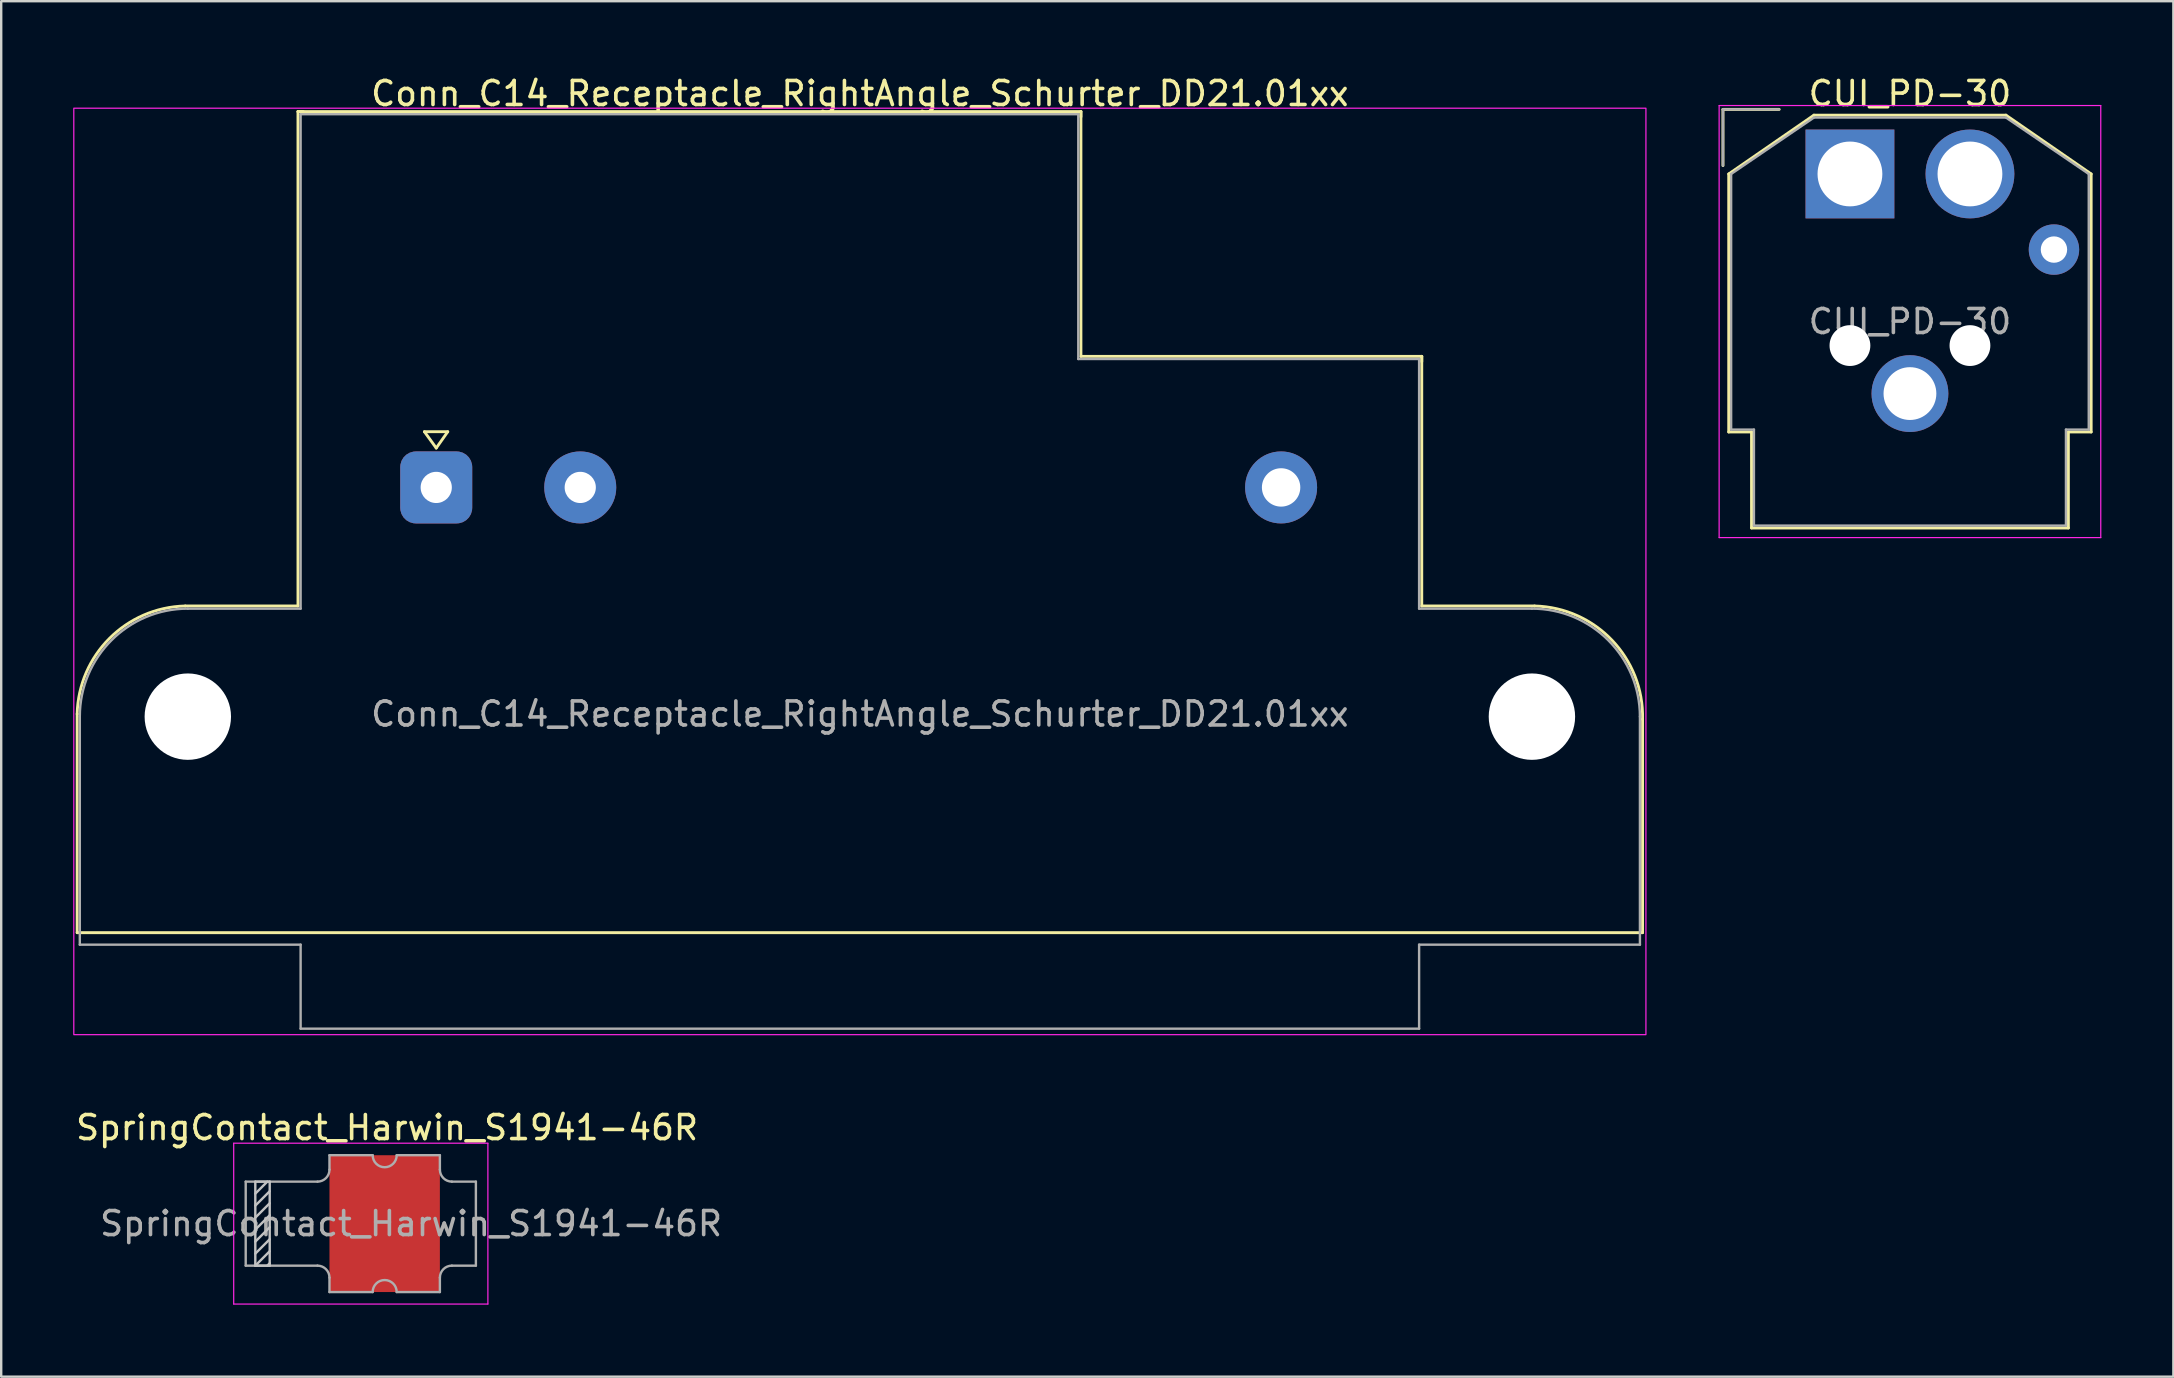
<source format=kicad_pcb>
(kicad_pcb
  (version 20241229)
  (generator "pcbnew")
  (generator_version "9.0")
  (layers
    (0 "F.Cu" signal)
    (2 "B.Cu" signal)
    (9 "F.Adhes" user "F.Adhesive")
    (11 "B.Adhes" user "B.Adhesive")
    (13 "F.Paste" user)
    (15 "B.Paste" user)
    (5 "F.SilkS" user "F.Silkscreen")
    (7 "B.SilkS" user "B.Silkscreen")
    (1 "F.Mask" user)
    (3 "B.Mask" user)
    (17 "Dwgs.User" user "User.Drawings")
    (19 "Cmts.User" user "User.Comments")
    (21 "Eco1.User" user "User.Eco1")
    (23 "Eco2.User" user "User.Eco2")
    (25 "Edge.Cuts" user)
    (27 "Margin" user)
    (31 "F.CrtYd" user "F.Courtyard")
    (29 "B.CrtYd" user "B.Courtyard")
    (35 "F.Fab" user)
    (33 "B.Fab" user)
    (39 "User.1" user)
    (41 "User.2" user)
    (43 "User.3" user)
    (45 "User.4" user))
  (footprint "SpringContact_Harwin_S1941-46R"
    (layer "F.Cu")
    (at 14.077 47.931)
    (property "Reference" "SpringContact_Harwin_S1941-46R" (at -1 -4 0) (layer "F.SilkS") (effects (font (size 1 1) (thickness 0.15))))
    (attr smd)
    (fp_line (start -6.49 -1.75) (end -6.49 1.75) (stroke (width 0.1) (type solid)) (layer "Dwgs.User"))
    (fp_line (start -6.49 -0.75) (end -5.89 -1.35) (stroke (width 0.1) (type solid)) (layer "Dwgs.User"))
    (fp_line (start -6.49 0.25) (end -5.89 -0.35) (stroke (width 0.1) (type solid)) (layer "Dwgs.User"))
    (fp_line (start -6.49 1.25) (end -5.89 0.65) (stroke (width 0.1) (type solid)) (layer "Dwgs.User"))
    (fp_line (start -6.49 1.75) (end -5.89 1.75) (stroke (width 0.1) (type solid)) (layer "Dwgs.User"))
    (fp_line (start -5.99 -1.75) (end -6.49 -1.25) (stroke (width 0.1) (type solid)) (layer "Dwgs.User"))
    (fp_line (start -5.89 -1.75) (end -6.49 -1.75) (stroke (width 0.1) (type solid)) (layer "Dwgs.User"))
    (fp_line (start -5.89 -0.85) (end -6.49 -0.25) (stroke (width 0.1) (type solid)) (layer "Dwgs.User"))
    (fp_line (start -5.89 0.15) (end -6.49 0.75) (stroke (width 0.1) (type solid)) (layer "Dwgs.User"))
    (fp_line (start -5.89 1.15) (end -6.49 1.75) (stroke (width 0.1) (type solid)) (layer "Dwgs.User"))
    (fp_line (start -5.89 1.65) (end -5.99 1.75) (stroke (width 0.1) (type solid)) (layer "Dwgs.User"))
    (fp_line (start -5.89 1.75) (end -5.89 -1.75) (stroke (width 0.1) (type solid)) (layer "Dwgs.User"))
    (fp_line (start -7.39 -3.35) (end 3.2 -3.35) (stroke (width 0.05) (type solid)) (layer "F.CrtYd"))
    (fp_line (start -7.39 3.35) (end -7.39 -3.35) (stroke (width 0.05) (type solid)) (layer "F.CrtYd"))
    (fp_line (start 3.2 -3.35) (end 3.2 3.35) (stroke (width 0.05) (type solid)) (layer "F.CrtYd"))
    (fp_line (start 3.2 3.35) (end -7.39 3.35) (stroke (width 0.05) (type solid)) (layer "F.CrtYd"))
    (fp_line (start -6.89 -1.75) (end -3.9 -1.75) (stroke (width 0.1) (type solid)) (layer "F.Fab"))
    (fp_line (start -6.89 1.75) (end -6.89 -1.75) (stroke (width 0.1) (type solid)) (layer "F.Fab"))
    (fp_line (start -6.89 1.75) (end -3.9 1.75) (stroke (width 0.1) (type solid)) (layer "F.Fab"))
    (fp_line (start -3.4 -2.25) (end -3.4 -2.85) (stroke (width 0.1) (type solid)) (layer "F.Fab"))
    (fp_line (start -3.4 2.25) (end -3.4 2.85) (stroke (width 0.1) (type solid)) (layer "F.Fab"))
    (fp_line (start -1.6 -2.85) (end -3.4 -2.85) (stroke (width 0.1) (type solid)) (layer "F.Fab"))
    (fp_line (start -1.6 2.85) (end -3.4 2.85) (stroke (width 0.1) (type solid)) (layer "F.Fab"))
    (fp_line (start -0.6 -2.85) (end 1.2 -2.85) (stroke (width 0.1) (type solid)) (layer "F.Fab"))
    (fp_line (start -0.6 2.85) (end 1.2 2.85) (stroke (width 0.1) (type solid)) (layer "F.Fab"))
    (fp_line (start 1.2 -2.25) (end 1.2 -2.85) (stroke (width 0.1) (type solid)) (layer "F.Fab"))
    (fp_line (start 1.2 2.25) (end 1.2 2.85) (stroke (width 0.1) (type solid)) (layer "F.Fab"))
    (fp_line (start 1.7 -1.75) (end 2.7 -1.75) (stroke (width 0.1) (type solid)) (layer "F.Fab"))
    (fp_line (start 1.7 1.75) (end 2.7 1.75) (stroke (width 0.1) (type solid)) (layer "F.Fab"))
    (fp_line (start 2.7 -1.75) (end 2.7 1.75) (stroke (width 0.1) (type solid)) (layer "F.Fab"))
    (fp_arc (start -3.9 1.75) (mid -3.546447 1.896447) (end -3.4 2.25) (stroke (width 0.1) (type solid)) (layer "F.Fab"))
    (fp_arc (start -3.4 -2.25) (mid -3.546447 -1.896447) (end -3.9 -1.75) (stroke (width 0.1) (type solid)) (layer "F.Fab"))
    (fp_arc (start -1.6 2.85) (mid -1.1 2.35) (end -0.6 2.85) (stroke (width 0.1) (type solid)) (layer "F.Fab"))
    (fp_arc (start -0.6 -2.85) (mid -1.1 -2.35) (end -1.6 -2.85) (stroke (width 0.1) (type solid)) (layer "F.Fab"))
    (fp_arc (start 1.2 2.25) (mid 1.346447 1.896447) (end 1.7 1.75) (stroke (width 0.1) (type solid)) (layer "F.Fab"))
    (fp_arc (start 1.7 -1.75) (mid 1.346447 -1.896447) (end 1.2 -2.25) (stroke (width 0.1) (type solid)) (layer "F.Fab"))
    (fp_text user "${REFERENCE}" (at 0 0 0) (layer "F.Fab") (effects (font (size 1 1) (thickness 0.15))))
    (pad "1" smd rect (at -1.1 0) (size 4.6 5.7) (layers "F.Cu" "F.Mask" "F.Paste")))
  (footprint "Conn_C14_Receptacle_RightAngle_Schurter_DD21.01xx"
    (layer "F.Cu")
    (at 15.125 17.258)
    (property "Reference" "Conn_C14_Receptacle_RightAngle_Schurter_DD21.01xx" (at 17.65 -16.41 0) (unlocked yes) (layer "F.SilkS") (effects (font (size 1 1) (thickness 0.15))))
    (attr through_hole)
    (fp_line (start -14.96 9.44) (end -14.96 18.55) (stroke (width 0.12) (type solid)) (layer "F.SilkS"))
    (fp_line (start -14.96 18.55) (end 50.26 18.55) (stroke (width 0.12) (type solid)) (layer "F.SilkS"))
    (fp_line (start -10.46 4.94) (end -5.76 4.94) (stroke (width 0.12) (type solid)) (layer "F.SilkS"))
    (fp_line (start -5.76 -15.66) (end -5.76 4.94) (stroke (width 0.12) (type default)) (layer "F.SilkS"))
    (fp_line (start -5.54 -15.66) (end -5.76 -15.66) (stroke (width 0.12) (type default)) (layer "F.SilkS"))
    (fp_line (start -0.492 -2.321) (end 0.479 -2.321) (stroke (width 0.12) (type solid)) (layer "F.SilkS"))
    (fp_line (start 0.000348 -1.641) (end -0.492 -2.321) (stroke (width 0.12) (type solid)) (layer "F.SilkS"))
    (fp_line (start 0.479 -2.321) (end 0.000348 -1.641) (stroke (width 0.12) (type solid)) (layer "F.SilkS"))
    (fp_line (start 26.86 -15.66) (end -5.76 -15.66) (stroke (width 0.12) (type default)) (layer "F.SilkS"))
    (fp_line (start 26.86 -15.44) (end 26.86 -15.66) (stroke (width 0.12) (type default)) (layer "F.SilkS"))
    (fp_line (start 26.86 -5.46) (end 26.86 -15.66) (stroke (width 0.12) (type solid)) (layer "F.SilkS"))
    (fp_line (start 41.06 -5.46) (end 26.86 -5.46) (stroke (width 0.12) (type default)) (layer "F.SilkS"))
    (fp_line (start 41.06 -5.24) (end 41.06 -5.46) (stroke (width 0.12) (type default)) (layer "F.SilkS"))
    (fp_line (start 41.06 4.94) (end 41.06 -5.46) (stroke (width 0.12) (type solid)) (layer "F.SilkS"))
    (fp_line (start 45.76 4.94) (end 41.06 4.94) (stroke (width 0.12) (type default)) (layer "F.SilkS"))
    (fp_line (start 50.26 18.55) (end 50.26 9.66) (stroke (width 0.12) (type solid)) (layer "F.SilkS"))
    (fp_arc (start -14.96 9.440005) (mid -13.610691 6.289309) (end -10.459995 4.94) (stroke (width 0.12) (type default)) (layer "F.SilkS"))
    (fp_arc (start 45.76 4.940001) (mid 48.98754 6.368017) (end 50.259999 9.659991) (stroke (width 0.12) (type default)) (layer "F.SilkS"))
    (fp_rect (start -15.1 -15.8) (end 50.4 22.8) (stroke (width 0.05) (type solid)) (fill no) (layer "F.CrtYd"))
    (fp_line (start -14.85 19.05) (end -14.85 9.55) (stroke (width 0.1) (type default)) (layer "F.Fab"))
    (fp_line (start -10.35 5.05) (end -5.65 5.05) (stroke (width 0.1) (type default)) (layer "F.Fab"))
    (fp_line (start -5.65 -15.55) (end 26.75 -15.55) (stroke (width 0.1) (type solid)) (layer "F.Fab"))
    (fp_line (start -5.65 5.05) (end -5.65 -15.55) (stroke (width 0.1) (type default)) (layer "F.Fab"))
    (fp_line (start -5.65 19.05) (end -14.85 19.05) (stroke (width 0.1) (type default)) (layer "F.Fab"))
    (fp_line (start -5.65 19.05) (end -5.65 22.55) (stroke (width 0.1) (type default)) (layer "F.Fab"))
    (fp_line (start 26.75 -5.35) (end 26.75 -15.55) (stroke (width 0.1) (type solid)) (layer "F.Fab"))
    (fp_line (start 40.95 -5.35) (end 26.75 -5.35) (stroke (width 0.1) (type default)) (layer "F.Fab"))
    (fp_line (start 40.95 5.05) (end 40.95 -5.35) (stroke (width 0.1) (type default)) (layer "F.Fab"))
    (fp_line (start 40.95 19.05) (end 40.95 22.55) (stroke (width 0.1) (type default)) (layer "F.Fab"))
    (fp_line (start 40.95 19.05) (end 50.15 19.05) (stroke (width 0.1) (type default)) (layer "F.Fab"))
    (fp_line (start 40.95 22.55) (end -5.65 22.55) (stroke (width 0.1) (type default)) (layer "F.Fab"))
    (fp_line (start 45.65 5.05) (end 40.95 5.05) (stroke (width 0.1) (type default)) (layer "F.Fab"))
    (fp_line (start 50.15 19.05) (end 50.15 9.55) (stroke (width 0.1) (type default)) (layer "F.Fab"))
    (fp_arc (start -14.85 9.55) (mid -13.531981 6.368019) (end -10.35 5.05) (stroke (width 0.1) (type default)) (layer "F.Fab"))
    (fp_arc (start 45.65 5.05) (mid 48.831981 6.368019) (end 50.15 9.55) (stroke (width 0.1) (type default)) (layer "F.Fab"))
    (fp_text user "${REFERENCE}" (at 17.65 9.44 0) (unlocked yes) (layer "F.Fab") (effects (font (size 1 1) (thickness 0.15))))
    (pad "" np_thru_hole circle (at -10.35 9.55) (size 3.6 3.6) (drill 3.6) (layers "*.Cu"))
    (pad "" np_thru_hole circle (at 45.65 9.55) (size 3.6 3.6) (drill 3.6) (layers "*.Cu"))
    (pad "1" thru_hole roundrect (at 0 0) (size 3 3) (drill 1.3) (layers "*.Cu" "*.Mask") (roundrect_rratio 0.217))
    (pad "2" thru_hole circle (at 6 0) (size 3 3) (drill 1.3) (layers "*.Cu" "*.Mask"))
    (pad "3" thru_hole circle (at 35.2 0) (size 3 3) (drill 1.6) (layers "*.Cu" "*.Mask")))
  (footprint "CUI_PD-30"
    (layer "F.Cu")
    (at 74.025 4.198)
    (property "Reference" "CUI_PD-30" (at 2.5 -3.35 0) (layer "F.SilkS") (effects (font (size 1 1) (thickness 0.15))))
    (attr through_hole)
    (fp_line (start -5.29 -2.69) (end -2.95 -2.69) (stroke (width 0.12) (type solid)) (layer "F.SilkS"))
    (fp_line (start -5.29 -0.35) (end -5.29 -2.69) (stroke (width 0.12) (type solid)) (layer "F.SilkS"))
    (fp_line (start -5.05 0) (end -1.5 -2.45) (stroke (width 0.12) (type solid)) (layer "F.SilkS"))
    (fp_line (start -5.05 10.75) (end -5.05 0) (stroke (width 0.12) (type solid)) (layer "F.SilkS"))
    (fp_line (start -4.1 10.75) (end -5.05 10.75) (stroke (width 0.12) (type solid)) (layer "F.SilkS"))
    (fp_line (start -4.1 14.75) (end -4.1 10.75) (stroke (width 0.12) (type solid)) (layer "F.SilkS"))
    (fp_line (start -1.5 -2.45) (end 6.5 -2.45) (stroke (width 0.12) (type solid)) (layer "F.SilkS"))
    (fp_line (start 6.5 -2.45) (end 10.05 0) (stroke (width 0.12) (type solid)) (layer "F.SilkS"))
    (fp_line (start 9.1 10.75) (end 9.1 14.75) (stroke (width 0.12) (type solid)) (layer "F.SilkS"))
    (fp_line (start 9.1 14.75) (end -4.1 14.75) (stroke (width 0.12) (type solid)) (layer "F.SilkS"))
    (fp_line (start 10.05 0) (end 10.05 10.75) (stroke (width 0.12) (type solid)) (layer "F.SilkS"))
    (fp_line (start 10.05 10.75) (end 9.1 10.75) (stroke (width 0.12) (type solid)) (layer "F.SilkS"))
    (fp_line (start -5.45 -2.85) (end 10.45 -2.85) (stroke (width 0.05) (type solid)) (layer "F.CrtYd"))
    (fp_line (start -5.45 15.15) (end -5.45 -2.85) (stroke (width 0.05) (type solid)) (layer "F.CrtYd"))
    (fp_line (start 10.45 -2.85) (end 10.45 15.15) (stroke (width 0.05) (type solid)) (layer "F.CrtYd"))
    (fp_line (start 10.45 15.15) (end -5.45 15.15) (stroke (width 0.05) (type solid)) (layer "F.CrtYd"))
    (fp_line (start -5.29 -2.69) (end -2.95 -2.69) (stroke (width 0.1) (type solid)) (layer "F.Fab"))
    (fp_line (start -5.29 -0.35) (end -5.29 -2.69) (stroke (width 0.1) (type solid)) (layer "F.Fab"))
    (fp_line (start -4.95 0) (end -1.5 -2.35) (stroke (width 0.1) (type solid)) (layer "F.Fab"))
    (fp_line (start -4.95 10.65) (end -4.95 0) (stroke (width 0.1) (type solid)) (layer "F.Fab"))
    (fp_line (start -4 10.65) (end -4.95 10.65) (stroke (width 0.1) (type solid)) (layer "F.Fab"))
    (fp_line (start -4 14.65) (end -4 10.65) (stroke (width 0.1) (type solid)) (layer "F.Fab"))
    (fp_line (start -1.5 -2.35) (end 6.5 -2.35) (stroke (width 0.1) (type solid)) (layer "F.Fab"))
    (fp_line (start 6.5 -2.35) (end 9.95 0) (stroke (width 0.1) (type solid)) (layer "F.Fab"))
    (fp_line (start 9 10.65) (end 9 14.65) (stroke (width 0.1) (type solid)) (layer "F.Fab"))
    (fp_line (start 9 14.65) (end -4 14.65) (stroke (width 0.1) (type solid)) (layer "F.Fab"))
    (fp_line (start 9.95 0) (end 9.95 10.65) (stroke (width 0.1) (type solid)) (layer "F.Fab"))
    (fp_line (start 9.95 10.65) (end 9 10.65) (stroke (width 0.1) (type solid)) (layer "F.Fab"))
    (fp_text user "${REFERENCE}" (at 2.5 6.15 0) (layer "F.Fab") (effects (font (size 1 1) (thickness 0.15))))
    (pad "" np_thru_hole circle (at 0 7.15 180) (size 1.7 1.7) (drill 1.7) (layers "*.Cu" "*.Mask"))
    (pad "" np_thru_hole circle (at 5 7.15 180) (size 1.7 1.7) (drill 1.7) (layers "*.Cu" "*.Mask"))
    (pad "1" thru_hole rect (at 0 0 180) (size 3.7 3.7) (drill 2.7) (layers "*.Cu" "*.Mask"))
    (pad "2" thru_hole circle (at 5 0 180) (size 3.7 3.7) (drill 2.7) (layers "*.Cu" "*.Mask"))
    (pad "3" thru_hole circle (at 8.5 3.15 180) (size 2.1 2.1) (drill 1.1) (layers "*.Cu" "*.Mask"))
    (pad "4" thru_hole circle (at 2.5 9.15 180) (size 3.2 3.2) (drill 2.2) (layers "*.Cu" "*.Mask")))
  (gr_rect
    (start -3 -3)
    (end 87.5 54.306)
    (stroke (width 0.1) (type default))
    (fill no)
    (layer "Edge.Cuts")))
</source>
